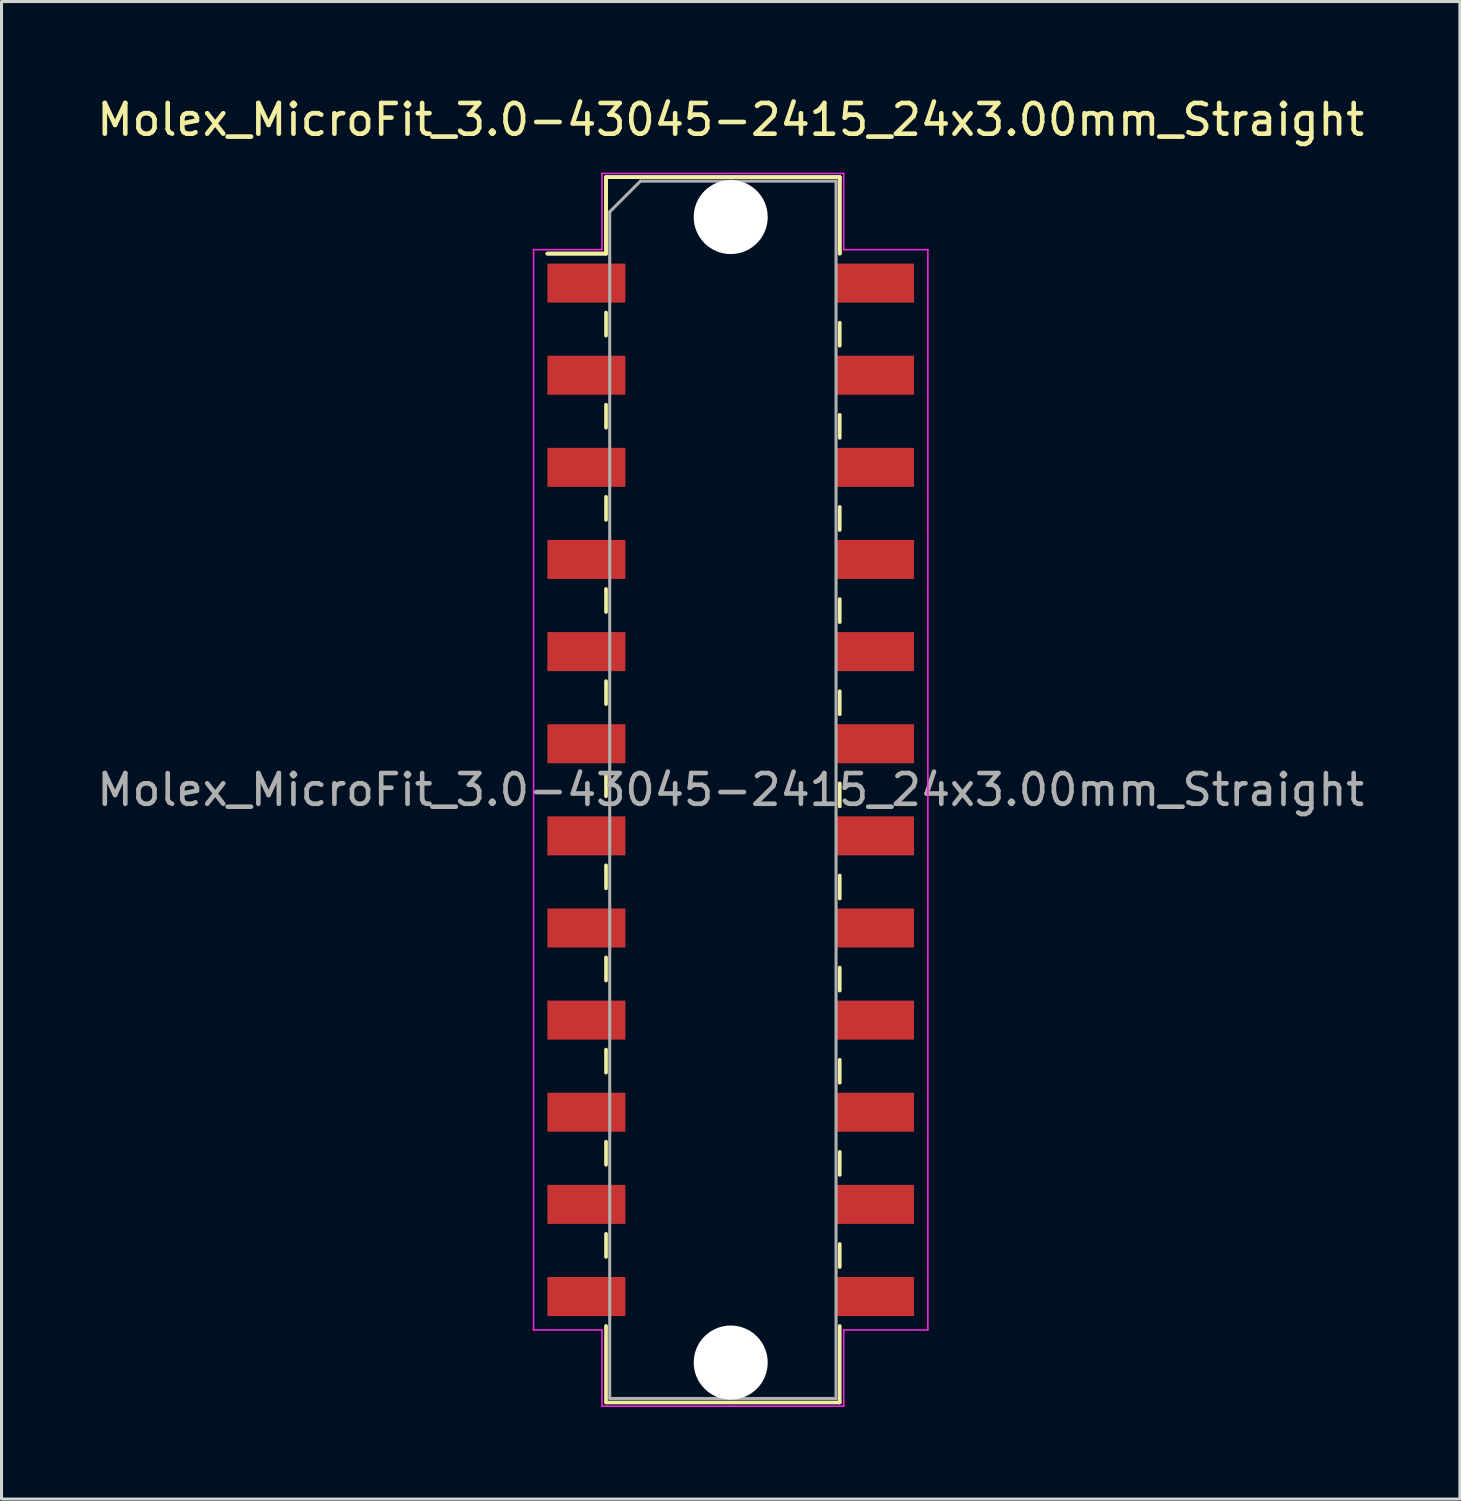
<source format=kicad_pcb>
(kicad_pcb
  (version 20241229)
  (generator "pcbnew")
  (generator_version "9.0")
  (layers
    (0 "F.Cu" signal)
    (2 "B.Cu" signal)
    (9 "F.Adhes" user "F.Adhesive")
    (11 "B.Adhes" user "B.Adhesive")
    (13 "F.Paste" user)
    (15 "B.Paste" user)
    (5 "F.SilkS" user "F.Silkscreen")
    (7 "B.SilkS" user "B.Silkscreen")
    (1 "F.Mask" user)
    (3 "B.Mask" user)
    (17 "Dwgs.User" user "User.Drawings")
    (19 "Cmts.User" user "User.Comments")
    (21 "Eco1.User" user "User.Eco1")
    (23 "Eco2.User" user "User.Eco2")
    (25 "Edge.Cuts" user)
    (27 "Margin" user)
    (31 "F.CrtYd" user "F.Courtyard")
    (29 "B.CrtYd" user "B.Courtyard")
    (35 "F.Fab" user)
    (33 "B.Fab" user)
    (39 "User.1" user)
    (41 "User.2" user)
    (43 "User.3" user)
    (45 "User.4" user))
  (footprint "Molex_MicroFit_3.0-43045-2415_24x3.00mm_Straight"
    (layer "F.Cu")
    (at 20.744 22.668)
    (property "Reference" "Molex_MicroFit_3.0-43045-2415_24x3.00mm_Straight" (at 0 -21.82 0) (layer "F.SilkS") (effects (font (size 1 1) (thickness 0.15))))
    (attr smd)
    (fp_line (start -5.97 -17.46) (end -4.06 -17.46) (stroke (width 0.12) (type solid)) (layer "F.SilkS"))
    (fp_line (start -5.97 -17.46) (end -4.06 -17.46) (stroke (width 0.12) (type solid)) (layer "F.SilkS"))
    (fp_line (start -4.06 -19.95) (end 3.55 -19.95) (stroke (width 0.12) (type solid)) (layer "F.SilkS"))
    (fp_line (start -4.06 -19.95) (end 3.55 -19.95) (stroke (width 0.12) (type solid)) (layer "F.SilkS"))
    (fp_line (start -4.06 -17.46) (end -4.06 -19.95) (stroke (width 0.12) (type solid)) (layer "F.SilkS"))
    (fp_line (start -4.06 -17.46) (end -4.06 -19.95) (stroke (width 0.12) (type solid)) (layer "F.SilkS"))
    (fp_line (start -4.06 -15.54) (end -4.06 -14.79) (stroke (width 0.12) (type solid)) (layer "F.SilkS"))
    (fp_line (start -4.06 -12.54) (end -4.06 -11.79) (stroke (width 0.12) (type solid)) (layer "F.SilkS"))
    (fp_line (start -4.06 -9.54) (end -4.06 -8.79) (stroke (width 0.12) (type solid)) (layer "F.SilkS"))
    (fp_line (start -4.06 -6.54) (end -4.06 -5.79) (stroke (width 0.12) (type solid)) (layer "F.SilkS"))
    (fp_line (start -4.06 -3.54) (end -4.06 -2.79) (stroke (width 0.12) (type solid)) (layer "F.SilkS"))
    (fp_line (start -4.06 -0.54) (end -4.06 0.21) (stroke (width 0.12) (type solid)) (layer "F.SilkS"))
    (fp_line (start -4.06 2.46) (end -4.06 3.21) (stroke (width 0.12) (type solid)) (layer "F.SilkS"))
    (fp_line (start -4.06 5.46) (end -4.06 6.21) (stroke (width 0.12) (type solid)) (layer "F.SilkS"))
    (fp_line (start -4.06 8.46) (end -4.06 9.21) (stroke (width 0.12) (type solid)) (layer "F.SilkS"))
    (fp_line (start -4.06 11.46) (end -4.06 12.21) (stroke (width 0.12) (type solid)) (layer "F.SilkS"))
    (fp_line (start -4.06 14.46) (end -4.06 15.21) (stroke (width 0.12) (type solid)) (layer "F.SilkS"))
    (fp_line (start -4.06 19.95) (end -4.06 17.46) (stroke (width 0.12) (type solid)) (layer "F.SilkS"))
    (fp_line (start 3.55 -19.95) (end 3.55 -17.46) (stroke (width 0.12) (type solid)) (layer "F.SilkS"))
    (fp_line (start 3.55 -19.95) (end 3.55 -17.46) (stroke (width 0.12) (type solid)) (layer "F.SilkS"))
    (fp_line (start 3.55 -14.46) (end 3.55 -15.21) (stroke (width 0.12) (type solid)) (layer "F.SilkS"))
    (fp_line (start 3.55 -11.46) (end 3.55 -12.21) (stroke (width 0.12) (type solid)) (layer "F.SilkS"))
    (fp_line (start 3.55 -8.46) (end 3.55 -9.21) (stroke (width 0.12) (type solid)) (layer "F.SilkS"))
    (fp_line (start 3.55 -5.46) (end 3.55 -6.21) (stroke (width 0.12) (type solid)) (layer "F.SilkS"))
    (fp_line (start 3.55 -2.46) (end 3.55 -3.21) (stroke (width 0.12) (type solid)) (layer "F.SilkS"))
    (fp_line (start 3.55 0.54) (end 3.55 -0.21) (stroke (width 0.12) (type solid)) (layer "F.SilkS"))
    (fp_line (start 3.55 3.54) (end 3.55 2.79) (stroke (width 0.12) (type solid)) (layer "F.SilkS"))
    (fp_line (start 3.55 6.54) (end 3.55 5.79) (stroke (width 0.12) (type solid)) (layer "F.SilkS"))
    (fp_line (start 3.55 9.54) (end 3.55 8.79) (stroke (width 0.12) (type solid)) (layer "F.SilkS"))
    (fp_line (start 3.55 12.54) (end 3.55 11.79) (stroke (width 0.12) (type solid)) (layer "F.SilkS"))
    (fp_line (start 3.55 15.54) (end 3.55 14.79) (stroke (width 0.12) (type solid)) (layer "F.SilkS"))
    (fp_line (start 3.55 17.46) (end 3.55 19.95) (stroke (width 0.12) (type solid)) (layer "F.SilkS"))
    (fp_line (start 3.55 19.95) (end -4.06 19.95) (stroke (width 0.12) (type solid)) (layer "F.SilkS"))
    (fp_line (start -6.42 -17.59) (end -4.19 -17.59) (stroke (width 0.05) (type solid)) (layer "F.CrtYd"))
    (fp_line (start -6.42 17.59) (end -6.42 -17.59) (stroke (width 0.05) (type solid)) (layer "F.CrtYd"))
    (fp_line (start -4.19 -20.07) (end 0 -20.07) (stroke (width 0.05) (type solid)) (layer "F.CrtYd"))
    (fp_line (start -4.19 -17.59) (end -4.19 -20.07) (stroke (width 0.05) (type solid)) (layer "F.CrtYd"))
    (fp_line (start -4.19 17.59) (end -6.42 17.59) (stroke (width 0.05) (type solid)) (layer "F.CrtYd"))
    (fp_line (start -4.19 20.07) (end -4.19 17.59) (stroke (width 0.05) (type solid)) (layer "F.CrtYd"))
    (fp_line (start 0 -20.07) (end 3.68 -20.07) (stroke (width 0.05) (type solid)) (layer "F.CrtYd"))
    (fp_line (start 0 20.07) (end -4.19 20.07) (stroke (width 0.05) (type solid)) (layer "F.CrtYd"))
    (fp_line (start 3.68 -20.07) (end 3.68 -17.59) (stroke (width 0.05) (type solid)) (layer "F.CrtYd"))
    (fp_line (start 3.68 -17.59) (end 6.42 -17.59) (stroke (width 0.05) (type solid)) (layer "F.CrtYd"))
    (fp_line (start 3.68 17.59) (end 3.68 20.07) (stroke (width 0.05) (type solid)) (layer "F.CrtYd"))
    (fp_line (start 3.68 20.07) (end 0 20.07) (stroke (width 0.05) (type solid)) (layer "F.CrtYd"))
    (fp_line (start 6.42 -17.59) (end 6.42 17.59) (stroke (width 0.05) (type solid)) (layer "F.CrtYd"))
    (fp_line (start 6.42 17.59) (end 3.68 17.59) (stroke (width 0.05) (type solid)) (layer "F.CrtYd"))
    (fp_line (start -3.94 -18.82) (end -2.94 -19.82) (stroke (width 0.1) (type solid)) (layer "F.Fab"))
    (fp_line (start -3.94 19.82) (end -3.94 -18.82) (stroke (width 0.1) (type solid)) (layer "F.Fab"))
    (fp_line (start -2.94 -19.82) (end 0 -19.82) (stroke (width 0.1) (type solid)) (layer "F.Fab"))
    (fp_line (start 0 -19.82) (end 3.43 -19.82) (stroke (width 0.1) (type solid)) (layer "F.Fab"))
    (fp_line (start 0 19.82) (end -3.94 19.82) (stroke (width 0.1) (type solid)) (layer "F.Fab"))
    (fp_line (start 3.43 -19.82) (end 3.43 19.82) (stroke (width 0.1) (type solid)) (layer "F.Fab"))
    (fp_line (start 3.43 19.82) (end 0 19.82) (stroke (width 0.1) (type solid)) (layer "F.Fab"))
    (fp_text user "${REFERENCE}" (at 0 0 0) (layer "F.Fab") (effects (font (size 1 1) (thickness 0.15))))
    (pad "" np_thru_hole circle (at 0 -18.65) (size 2.41 2.41) (drill 2.41) (layers "*.Cu"))
    (pad "" np_thru_hole circle (at 0 18.65) (size 2.41 2.41) (drill 2.41) (layers "*.Cu"))
    (pad "1" smd rect (at -4.7 -16.5) (size 2.54 1.27) (layers "F.Cu" "F.Mask" "F.Paste"))
    (pad "2" smd rect (at -4.7 -13.5) (size 2.54 1.27) (layers "F.Cu" "F.Mask" "F.Paste"))
    (pad "3" smd rect (at -4.7 -10.5) (size 2.54 1.27) (layers "F.Cu" "F.Mask" "F.Paste"))
    (pad "4" smd rect (at -4.7 -7.5) (size 2.54 1.27) (layers "F.Cu" "F.Mask" "F.Paste"))
    (pad "5" smd rect (at -4.7 -4.5) (size 2.54 1.27) (layers "F.Cu" "F.Mask" "F.Paste"))
    (pad "6" smd rect (at -4.7 -1.5) (size 2.54 1.27) (layers "F.Cu" "F.Mask" "F.Paste"))
    (pad "7" smd rect (at -4.7 1.5) (size 2.54 1.27) (layers "F.Cu" "F.Mask" "F.Paste"))
    (pad "8" smd rect (at -4.7 4.5) (size 2.54 1.27) (layers "F.Cu" "F.Mask" "F.Paste"))
    (pad "9" smd rect (at -4.7 7.5) (size 2.54 1.27) (layers "F.Cu" "F.Mask" "F.Paste"))
    (pad "10" smd rect (at -4.7 10.5) (size 2.54 1.27) (layers "F.Cu" "F.Mask" "F.Paste"))
    (pad "11" smd rect (at -4.7 13.5) (size 2.54 1.27) (layers "F.Cu" "F.Mask" "F.Paste"))
    (pad "12" smd rect (at -4.7 16.5) (size 2.54 1.27) (layers "F.Cu" "F.Mask" "F.Paste"))
    (pad "13" smd rect (at 4.7 16.5) (size 2.54 1.27) (layers "F.Cu" "F.Mask" "F.Paste"))
    (pad "14" smd rect (at 4.7 13.5) (size 2.54 1.27) (layers "F.Cu" "F.Mask" "F.Paste"))
    (pad "15" smd rect (at 4.7 10.5) (size 2.54 1.27) (layers "F.Cu" "F.Mask" "F.Paste"))
    (pad "16" smd rect (at 4.7 7.5) (size 2.54 1.27) (layers "F.Cu" "F.Mask" "F.Paste"))
    (pad "17" smd rect (at 4.7 4.5) (size 2.54 1.27) (layers "F.Cu" "F.Mask" "F.Paste"))
    (pad "18" smd rect (at 4.7 1.5) (size 2.54 1.27) (layers "F.Cu" "F.Mask" "F.Paste"))
    (pad "19" smd rect (at 4.7 -1.5) (size 2.54 1.27) (layers "F.Cu" "F.Mask" "F.Paste"))
    (pad "20" smd rect (at 4.7 -4.5) (size 2.54 1.27) (layers "F.Cu" "F.Mask" "F.Paste"))
    (pad "21" smd rect (at 4.7 -7.5) (size 2.54 1.27) (layers "F.Cu" "F.Mask" "F.Paste"))
    (pad "22" smd rect (at 4.7 -10.5) (size 2.54 1.27) (layers "F.Cu" "F.Mask" "F.Paste"))
    (pad "23" smd rect (at 4.7 -13.5) (size 2.54 1.27) (layers "F.Cu" "F.Mask" "F.Paste"))
    (pad "24" smd rect (at 4.7 -16.5) (size 2.54 1.27) (layers "F.Cu" "F.Mask" "F.Paste")))
  (gr_rect
    (start -3 -3)
    (end 44.488 45.763)
    (stroke (width 0.1) (type default))
    (fill no)
    (layer "Edge.Cuts")))
</source>
